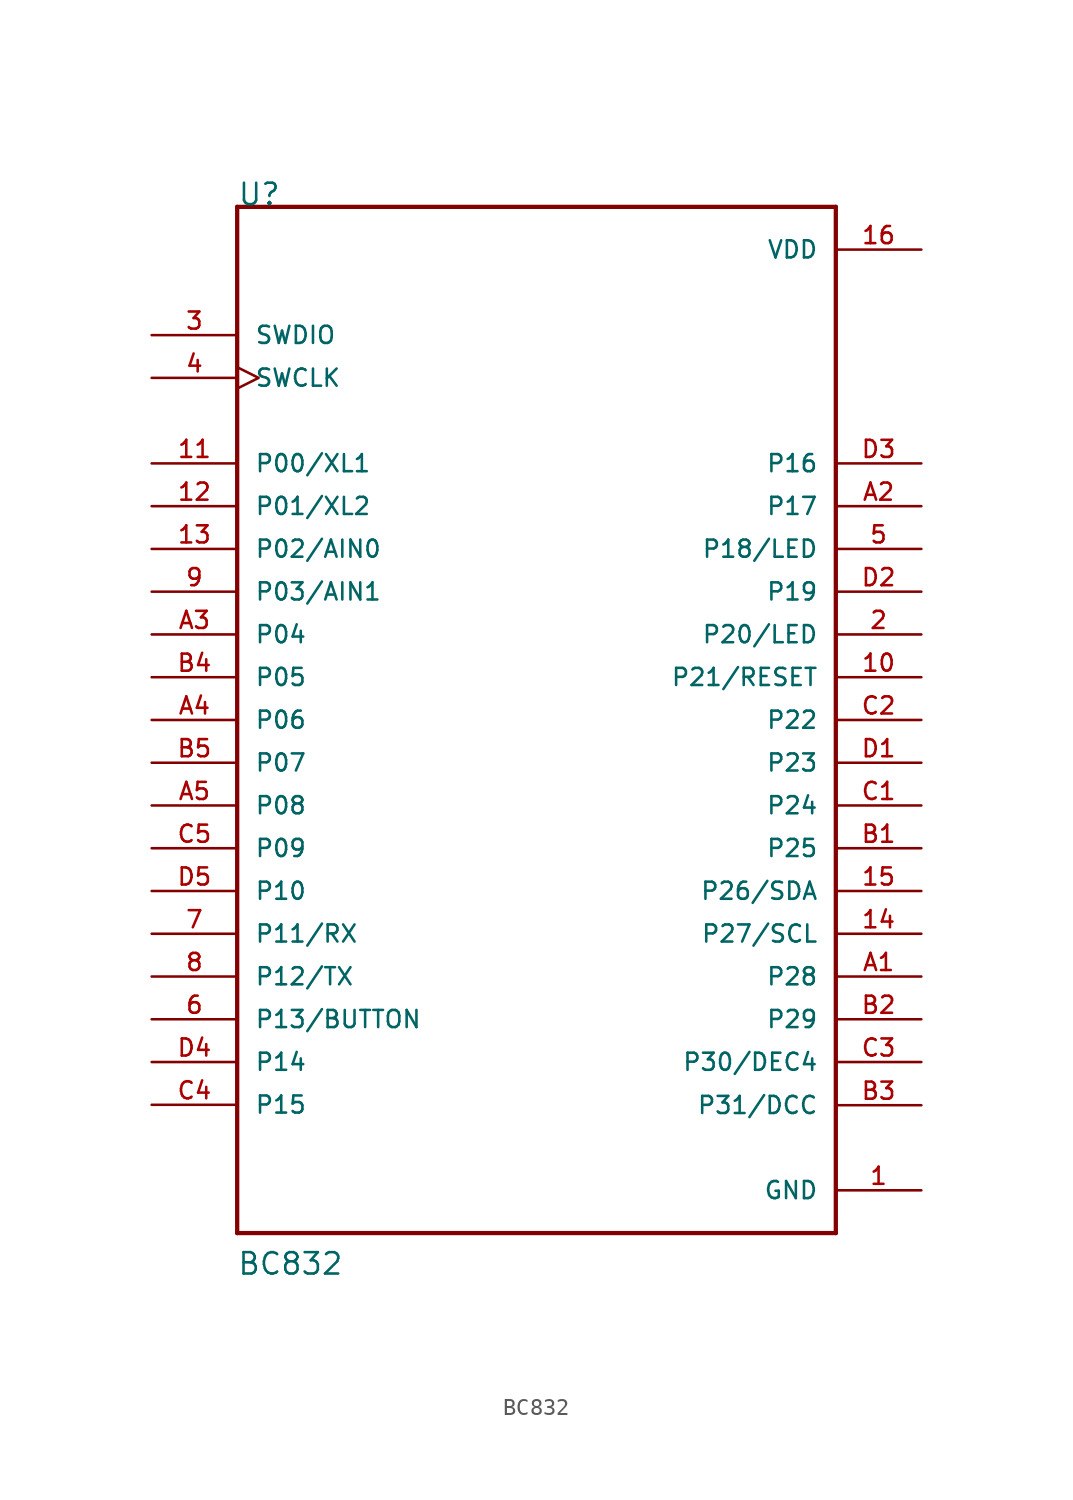
<source format=kicad_sym>
(kicad_symbol_lib
  (version 20211014)
  (generator kicad_symbol_editor)
  (symbol "BC832"
    (pin_names
      (offset 1.016))
    (property "Reference" "U"
      (at -17.78 30.48 0)
      (effects (font (size 1.27 1.27)) (justify left bottom)))
    (property "Value" "BC832"
      (at -17.805 -33.045 0)
      (effects (font (size 1.27 1.27)) (justify left bottom)))
    (property "ki_locked" ""
      (at 0 0 0)
      (effects (font (size 1.27 1.27))))
    (symbol "BC832_0_0"
      (polyline (pts (xy -17.78 -30.48) (xy 17.78 -30.48)) (stroke (width 0.254) (type default) (color 0 0 0 0)) (fill (type none)))
      (polyline (pts (xy -17.78 30.48) (xy -17.78 -30.48)) (stroke (width 0.254) (type default) (color 0 0 0 0)) (fill (type none)))
      (polyline (pts (xy 17.78 -30.48) (xy 17.78 30.48)) (stroke (width 0.254) (type default) (color 0 0 0 0)) (fill (type none)))
      (polyline (pts (xy 17.78 30.48) (xy -17.78 30.48)) (stroke (width 0.254) (type default) (color 0 0 0 0)) (fill (type none)))
      (pin power_in line (at 22.86 -27.94 180) (length 5.08) (name "GND" (effects (font (size 1.016 1.016)))) (number "1" (effects (font (size 1.016 1.016)))))
      (pin bidirectional line (at 22.86 2.54 180) (length 5.08) (name "P21/RESET" (effects (font (size 1.016 1.016)))) (number "10" (effects (font (size 1.016 1.016)))))
      (pin bidirectional line (at -22.86 15.24 0) (length 5.08) (name "P00/XL1" (effects (font (size 1.016 1.016)))) (number "11" (effects (font (size 1.016 1.016)))))
      (pin bidirectional line (at -22.86 12.7 0) (length 5.08) (name "P01/XL2" (effects (font (size 1.016 1.016)))) (number "12" (effects (font (size 1.016 1.016)))))
      (pin bidirectional line (at -22.86 10.16 0) (length 5.08) (name "P02/AIN0" (effects (font (size 1.016 1.016)))) (number "13" (effects (font (size 1.016 1.016)))))
      (pin bidirectional line (at 22.86 -12.7 180) (length 5.08) (name "P27/SCL" (effects (font (size 1.016 1.016)))) (number "14" (effects (font (size 1.016 1.016)))))
      (pin bidirectional line (at 22.86 -10.16 180) (length 5.08) (name "P26/SDA" (effects (font (size 1.016 1.016)))) (number "15" (effects (font (size 1.016 1.016)))))
      (pin power_in line (at 22.86 27.94 180) (length 5.08) (name "VDD" (effects (font (size 1.016 1.016)))) (number "16" (effects (font (size 1.016 1.016)))))
      (pin bidirectional line (at 22.86 5.08 180) (length 5.08) (name "P20/LED" (effects (font (size 1.016 1.016)))) (number "2" (effects (font (size 1.016 1.016)))))
      (pin bidirectional line (at -22.86 22.86 0) (length 5.08) (name "SWDIO" (effects (font (size 1.016 1.016)))) (number "3" (effects (font (size 1.016 1.016)))))
      (pin bidirectional clock (at -22.86 20.32 0) (length 5.08) (name "SWCLK" (effects (font (size 1.016 1.016)))) (number "4" (effects (font (size 1.016 1.016)))))
      (pin bidirectional line (at 22.86 10.16 180) (length 5.08) (name "P18/LED" (effects (font (size 1.016 1.016)))) (number "5" (effects (font (size 1.016 1.016)))))
      (pin bidirectional line (at -22.86 -17.78 0) (length 5.08) (name "P13/BUTTON" (effects (font (size 1.016 1.016)))) (number "6" (effects (font (size 1.016 1.016)))))
      (pin bidirectional line (at -22.86 -12.7 0) (length 5.08) (name "P11/RX" (effects (font (size 1.016 1.016)))) (number "7" (effects (font (size 1.016 1.016)))))
      (pin bidirectional line (at -22.86 -15.24 0) (length 5.08) (name "P12/TX" (effects (font (size 1.016 1.016)))) (number "8" (effects (font (size 1.016 1.016)))))
      (pin bidirectional line (at -22.86 7.62 0) (length 5.08) (name "P03/AIN1" (effects (font (size 1.016 1.016)))) (number "9" (effects (font (size 1.016 1.016)))))
      (pin bidirectional line (at 22.86 -15.24 180) (length 5.08) (name "P28" (effects (font (size 1.016 1.016)))) (number "A1" (effects (font (size 1.016 1.016)))))
      (pin bidirectional line (at 22.86 12.7 180) (length 5.08) (name "P17" (effects (font (size 1.016 1.016)))) (number "A2" (effects (font (size 1.016 1.016)))))
      (pin bidirectional line (at -22.86 5.08 0) (length 5.08) (name "P04" (effects (font (size 1.016 1.016)))) (number "A3" (effects (font (size 1.016 1.016)))))
      (pin bidirectional line (at -22.86 0 0) (length 5.08) (name "P06" (effects (font (size 1.016 1.016)))) (number "A4" (effects (font (size 1.016 1.016)))))
      (pin bidirectional line (at -22.86 -5.08 0) (length 5.08) (name "P08" (effects (font (size 1.016 1.016)))) (number "A5" (effects (font (size 1.016 1.016)))))
      (pin bidirectional line (at 22.86 -7.62 180) (length 5.08) (name "P25" (effects (font (size 1.016 1.016)))) (number "B1" (effects (font (size 1.016 1.016)))))
      (pin bidirectional line (at 22.86 -17.78 180) (length 5.08) (name "P29" (effects (font (size 1.016 1.016)))) (number "B2" (effects (font (size 1.016 1.016)))))
      (pin bidirectional line (at 22.86 -22.885 180) (length 5.08) (name "P31/DCC" (effects (font (size 1.016 1.016)))) (number "B3" (effects (font (size 1.016 1.016)))))
      (pin bidirectional line (at -22.86 2.54 0) (length 5.08) (name "P05" (effects (font (size 1.016 1.016)))) (number "B4" (effects (font (size 1.016 1.016)))))
      (pin bidirectional line (at -22.86 -2.54 0) (length 5.08) (name "P07" (effects (font (size 1.016 1.016)))) (number "B5" (effects (font (size 1.016 1.016)))))
      (pin bidirectional line (at 22.86 -5.08 180) (length 5.08) (name "P24" (effects (font (size 1.016 1.016)))) (number "C1" (effects (font (size 1.016 1.016)))))
      (pin bidirectional line (at 22.86 0 180) (length 5.08) (name "P22" (effects (font (size 1.016 1.016)))) (number "C2" (effects (font (size 1.016 1.016)))))
      (pin bidirectional line (at 22.86 -20.32 180) (length 5.08) (name "P30/DEC4" (effects (font (size 1.016 1.016)))) (number "C3" (effects (font (size 1.016 1.016)))))
      (pin bidirectional line (at -22.86 -22.86 0) (length 5.08) (name "P15" (effects (font (size 1.016 1.016)))) (number "C4" (effects (font (size 1.016 1.016)))))
      (pin bidirectional line (at -22.86 -7.62 0) (length 5.08) (name "P09" (effects (font (size 1.016 1.016)))) (number "C5" (effects (font (size 1.016 1.016)))))
      (pin bidirectional line (at 22.86 -2.54 180) (length 5.08) (name "P23" (effects (font (size 1.016 1.016)))) (number "D1" (effects (font (size 1.016 1.016)))))
      (pin bidirectional line (at 22.86 7.62 180) (length 5.08) (name "P19" (effects (font (size 1.016 1.016)))) (number "D2" (effects (font (size 1.016 1.016)))))
      (pin bidirectional line (at 22.86 15.24 180) (length 5.08) (name "P16" (effects (font (size 1.016 1.016)))) (number "D3" (effects (font (size 1.016 1.016)))))
      (pin bidirectional line (at -22.86 -20.32 0) (length 5.08) (name "P14" (effects (font (size 1.016 1.016)))) (number "D4" (effects (font (size 1.016 1.016)))))
      (pin bidirectional line (at -22.86 -10.16 0) (length 5.08) (name "P10" (effects (font (size 1.016 1.016)))) (number "D5" (effects (font (size 1.016 1.016))))))))
</source>
